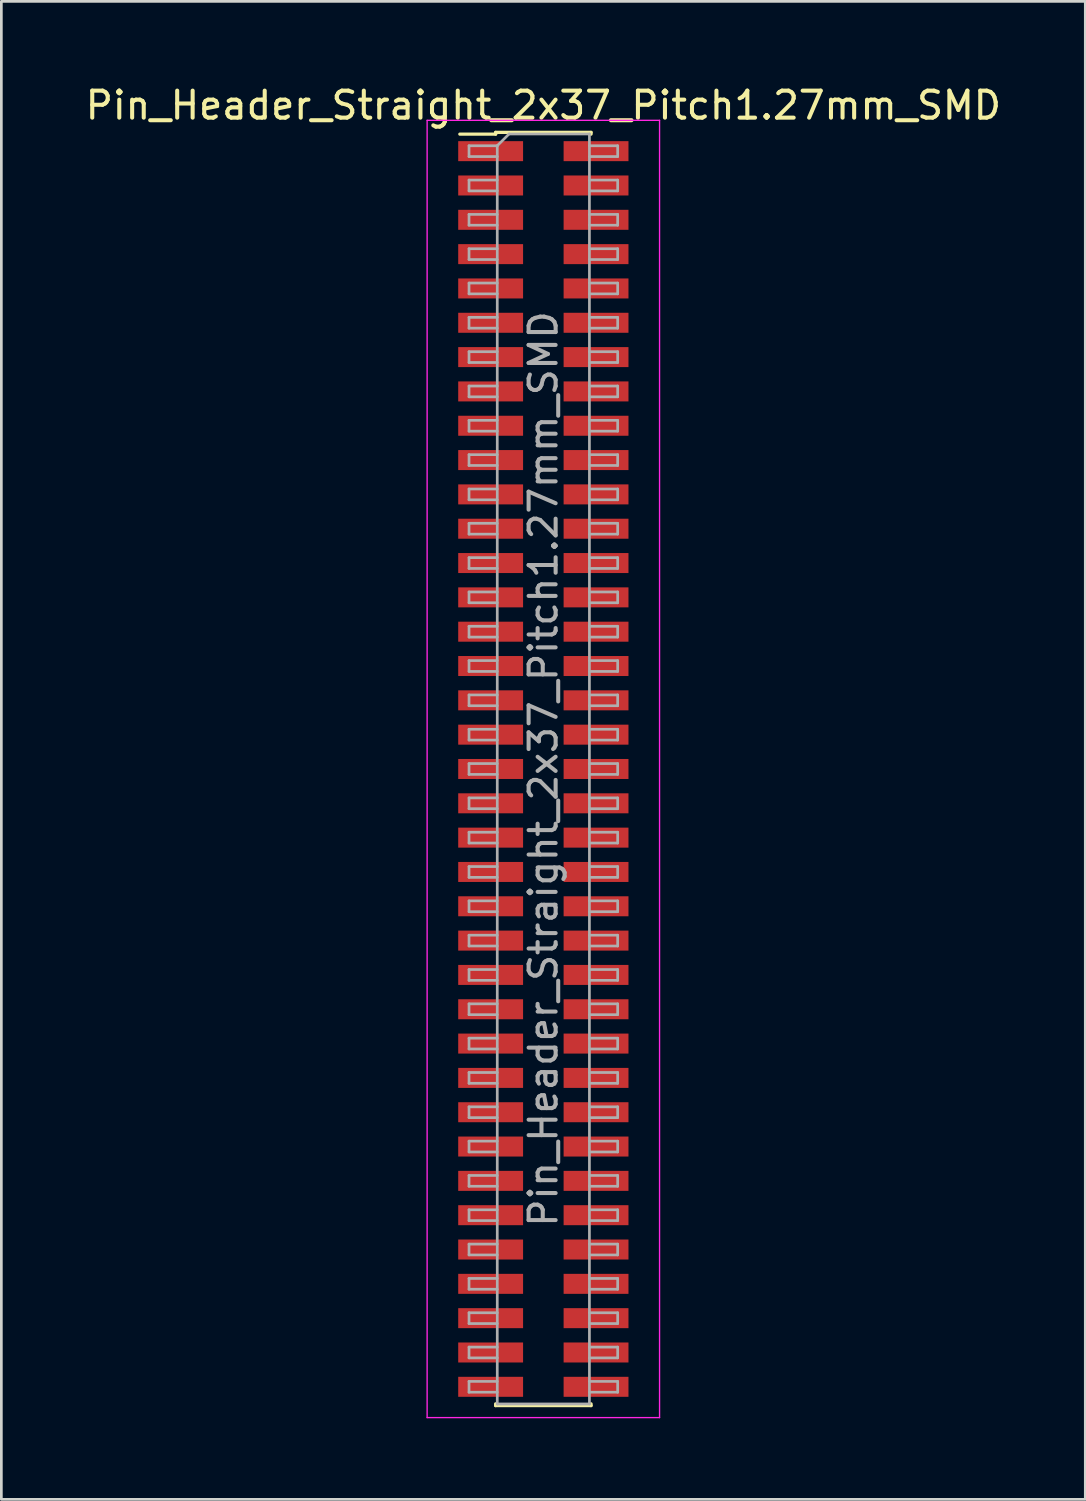
<source format=kicad_pcb>
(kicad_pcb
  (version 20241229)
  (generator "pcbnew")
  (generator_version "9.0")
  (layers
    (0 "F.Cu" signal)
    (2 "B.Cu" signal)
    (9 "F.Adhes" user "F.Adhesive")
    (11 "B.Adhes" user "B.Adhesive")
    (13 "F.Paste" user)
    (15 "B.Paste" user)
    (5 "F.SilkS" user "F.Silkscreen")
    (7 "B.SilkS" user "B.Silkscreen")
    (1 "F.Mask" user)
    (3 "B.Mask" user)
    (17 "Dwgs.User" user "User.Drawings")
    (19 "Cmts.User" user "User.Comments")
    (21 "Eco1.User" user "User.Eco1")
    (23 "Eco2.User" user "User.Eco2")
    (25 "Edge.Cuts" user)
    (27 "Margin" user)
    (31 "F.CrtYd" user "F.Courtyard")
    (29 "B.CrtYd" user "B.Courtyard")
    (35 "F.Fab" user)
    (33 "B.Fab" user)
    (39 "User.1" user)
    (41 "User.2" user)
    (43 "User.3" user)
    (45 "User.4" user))
  (footprint "Pin_Header_Straight_2x37_Pitch1.27mm_SMD"
    (layer "F.Cu")
    (at 17.054 25.403)
    (property "Reference" "Pin_Header_Straight_2x37_Pitch1.27mm_SMD" (at 0 -24.555 0) (layer "F.SilkS") (effects (font (size 1 1) (thickness 0.15))))
    (attr smd)
    (fp_line (start -3.09 -23.49) (end -1.765 -23.49) (stroke (width 0.12) (type solid)) (layer "F.SilkS"))
    (fp_line (start -1.765 -23.555) (end -1.765 -23.49) (stroke (width 0.12) (type solid)) (layer "F.SilkS"))
    (fp_line (start -1.765 -23.555) (end 1.765 -23.555) (stroke (width 0.12) (type solid)) (layer "F.SilkS"))
    (fp_line (start -1.765 23.49) (end -1.765 23.555) (stroke (width 0.12) (type solid)) (layer "F.SilkS"))
    (fp_line (start -1.765 23.555) (end 1.765 23.555) (stroke (width 0.12) (type solid)) (layer "F.SilkS"))
    (fp_line (start 1.765 -23.555) (end 1.765 -23.49) (stroke (width 0.12) (type solid)) (layer "F.SilkS"))
    (fp_line (start 1.765 23.49) (end 1.765 23.555) (stroke (width 0.12) (type solid)) (layer "F.SilkS"))
    (fp_line (start -4.3 -24) (end -4.3 24) (stroke (width 0.05) (type solid)) (layer "F.CrtYd"))
    (fp_line (start -4.3 24) (end 4.3 24) (stroke (width 0.05) (type solid)) (layer "F.CrtYd"))
    (fp_line (start 4.3 -24) (end -4.3 -24) (stroke (width 0.05) (type solid)) (layer "F.CrtYd"))
    (fp_line (start 4.3 24) (end 4.3 -24) (stroke (width 0.05) (type solid)) (layer "F.CrtYd"))
    (fp_line (start -2.75 -23.06) (end -2.75 -22.66) (stroke (width 0.1) (type solid)) (layer "F.Fab"))
    (fp_line (start -2.75 -22.66) (end -1.705 -22.66) (stroke (width 0.1) (type solid)) (layer "F.Fab"))
    (fp_line (start -2.75 -21.79) (end -2.75 -21.39) (stroke (width 0.1) (type solid)) (layer "F.Fab"))
    (fp_line (start -2.75 -21.39) (end -1.705 -21.39) (stroke (width 0.1) (type solid)) (layer "F.Fab"))
    (fp_line (start -2.75 -20.52) (end -2.75 -20.12) (stroke (width 0.1) (type solid)) (layer "F.Fab"))
    (fp_line (start -2.75 -20.12) (end -1.705 -20.12) (stroke (width 0.1) (type solid)) (layer "F.Fab"))
    (fp_line (start -2.75 -19.25) (end -2.75 -18.85) (stroke (width 0.1) (type solid)) (layer "F.Fab"))
    (fp_line (start -2.75 -18.85) (end -1.705 -18.85) (stroke (width 0.1) (type solid)) (layer "F.Fab"))
    (fp_line (start -2.75 -17.98) (end -2.75 -17.58) (stroke (width 0.1) (type solid)) (layer "F.Fab"))
    (fp_line (start -2.75 -17.58) (end -1.705 -17.58) (stroke (width 0.1) (type solid)) (layer "F.Fab"))
    (fp_line (start -2.75 -16.71) (end -2.75 -16.31) (stroke (width 0.1) (type solid)) (layer "F.Fab"))
    (fp_line (start -2.75 -16.31) (end -1.705 -16.31) (stroke (width 0.1) (type solid)) (layer "F.Fab"))
    (fp_line (start -2.75 -15.44) (end -2.75 -15.04) (stroke (width 0.1) (type solid)) (layer "F.Fab"))
    (fp_line (start -2.75 -15.04) (end -1.705 -15.04) (stroke (width 0.1) (type solid)) (layer "F.Fab"))
    (fp_line (start -2.75 -14.17) (end -2.75 -13.77) (stroke (width 0.1) (type solid)) (layer "F.Fab"))
    (fp_line (start -2.75 -13.77) (end -1.705 -13.77) (stroke (width 0.1) (type solid)) (layer "F.Fab"))
    (fp_line (start -2.75 -12.9) (end -2.75 -12.5) (stroke (width 0.1) (type solid)) (layer "F.Fab"))
    (fp_line (start -2.75 -12.5) (end -1.705 -12.5) (stroke (width 0.1) (type solid)) (layer "F.Fab"))
    (fp_line (start -2.75 -11.63) (end -2.75 -11.23) (stroke (width 0.1) (type solid)) (layer "F.Fab"))
    (fp_line (start -2.75 -11.23) (end -1.705 -11.23) (stroke (width 0.1) (type solid)) (layer "F.Fab"))
    (fp_line (start -2.75 -10.36) (end -2.75 -9.96) (stroke (width 0.1) (type solid)) (layer "F.Fab"))
    (fp_line (start -2.75 -9.96) (end -1.705 -9.96) (stroke (width 0.1) (type solid)) (layer "F.Fab"))
    (fp_line (start -2.75 -9.09) (end -2.75 -8.69) (stroke (width 0.1) (type solid)) (layer "F.Fab"))
    (fp_line (start -2.75 -8.69) (end -1.705 -8.69) (stroke (width 0.1) (type solid)) (layer "F.Fab"))
    (fp_line (start -2.75 -7.82) (end -2.75 -7.42) (stroke (width 0.1) (type solid)) (layer "F.Fab"))
    (fp_line (start -2.75 -7.42) (end -1.705 -7.42) (stroke (width 0.1) (type solid)) (layer "F.Fab"))
    (fp_line (start -2.75 -6.55) (end -2.75 -6.15) (stroke (width 0.1) (type solid)) (layer "F.Fab"))
    (fp_line (start -2.75 -6.15) (end -1.705 -6.15) (stroke (width 0.1) (type solid)) (layer "F.Fab"))
    (fp_line (start -2.75 -5.28) (end -2.75 -4.88) (stroke (width 0.1) (type solid)) (layer "F.Fab"))
    (fp_line (start -2.75 -4.88) (end -1.705 -4.88) (stroke (width 0.1) (type solid)) (layer "F.Fab"))
    (fp_line (start -2.75 -4.01) (end -2.75 -3.61) (stroke (width 0.1) (type solid)) (layer "F.Fab"))
    (fp_line (start -2.75 -3.61) (end -1.705 -3.61) (stroke (width 0.1) (type solid)) (layer "F.Fab"))
    (fp_line (start -2.75 -2.74) (end -2.75 -2.34) (stroke (width 0.1) (type solid)) (layer "F.Fab"))
    (fp_line (start -2.75 -2.34) (end -1.705 -2.34) (stroke (width 0.1) (type solid)) (layer "F.Fab"))
    (fp_line (start -2.75 -1.47) (end -2.75 -1.07) (stroke (width 0.1) (type solid)) (layer "F.Fab"))
    (fp_line (start -2.75 -1.07) (end -1.705 -1.07) (stroke (width 0.1) (type solid)) (layer "F.Fab"))
    (fp_line (start -2.75 -0.2) (end -2.75 0.2) (stroke (width 0.1) (type solid)) (layer "F.Fab"))
    (fp_line (start -2.75 0.2) (end -1.705 0.2) (stroke (width 0.1) (type solid)) (layer "F.Fab"))
    (fp_line (start -2.75 1.07) (end -2.75 1.47) (stroke (width 0.1) (type solid)) (layer "F.Fab"))
    (fp_line (start -2.75 1.47) (end -1.705 1.47) (stroke (width 0.1) (type solid)) (layer "F.Fab"))
    (fp_line (start -2.75 2.34) (end -2.75 2.74) (stroke (width 0.1) (type solid)) (layer "F.Fab"))
    (fp_line (start -2.75 2.74) (end -1.705 2.74) (stroke (width 0.1) (type solid)) (layer "F.Fab"))
    (fp_line (start -2.75 3.61) (end -2.75 4.01) (stroke (width 0.1) (type solid)) (layer "F.Fab"))
    (fp_line (start -2.75 4.01) (end -1.705 4.01) (stroke (width 0.1) (type solid)) (layer "F.Fab"))
    (fp_line (start -2.75 4.88) (end -2.75 5.28) (stroke (width 0.1) (type solid)) (layer "F.Fab"))
    (fp_line (start -2.75 5.28) (end -1.705 5.28) (stroke (width 0.1) (type solid)) (layer "F.Fab"))
    (fp_line (start -2.75 6.15) (end -2.75 6.55) (stroke (width 0.1) (type solid)) (layer "F.Fab"))
    (fp_line (start -2.75 6.55) (end -1.705 6.55) (stroke (width 0.1) (type solid)) (layer "F.Fab"))
    (fp_line (start -2.75 7.42) (end -2.75 7.82) (stroke (width 0.1) (type solid)) (layer "F.Fab"))
    (fp_line (start -2.75 7.82) (end -1.705 7.82) (stroke (width 0.1) (type solid)) (layer "F.Fab"))
    (fp_line (start -2.75 8.69) (end -2.75 9.09) (stroke (width 0.1) (type solid)) (layer "F.Fab"))
    (fp_line (start -2.75 9.09) (end -1.705 9.09) (stroke (width 0.1) (type solid)) (layer "F.Fab"))
    (fp_line (start -2.75 9.96) (end -2.75 10.36) (stroke (width 0.1) (type solid)) (layer "F.Fab"))
    (fp_line (start -2.75 10.36) (end -1.705 10.36) (stroke (width 0.1) (type solid)) (layer "F.Fab"))
    (fp_line (start -2.75 11.23) (end -2.75 11.63) (stroke (width 0.1) (type solid)) (layer "F.Fab"))
    (fp_line (start -2.75 11.63) (end -1.705 11.63) (stroke (width 0.1) (type solid)) (layer "F.Fab"))
    (fp_line (start -2.75 12.5) (end -2.75 12.9) (stroke (width 0.1) (type solid)) (layer "F.Fab"))
    (fp_line (start -2.75 12.9) (end -1.705 12.9) (stroke (width 0.1) (type solid)) (layer "F.Fab"))
    (fp_line (start -2.75 13.77) (end -2.75 14.17) (stroke (width 0.1) (type solid)) (layer "F.Fab"))
    (fp_line (start -2.75 14.17) (end -1.705 14.17) (stroke (width 0.1) (type solid)) (layer "F.Fab"))
    (fp_line (start -2.75 15.04) (end -2.75 15.44) (stroke (width 0.1) (type solid)) (layer "F.Fab"))
    (fp_line (start -2.75 15.44) (end -1.705 15.44) (stroke (width 0.1) (type solid)) (layer "F.Fab"))
    (fp_line (start -2.75 16.31) (end -2.75 16.71) (stroke (width 0.1) (type solid)) (layer "F.Fab"))
    (fp_line (start -2.75 16.71) (end -1.705 16.71) (stroke (width 0.1) (type solid)) (layer "F.Fab"))
    (fp_line (start -2.75 17.58) (end -2.75 17.98) (stroke (width 0.1) (type solid)) (layer "F.Fab"))
    (fp_line (start -2.75 17.98) (end -1.705 17.98) (stroke (width 0.1) (type solid)) (layer "F.Fab"))
    (fp_line (start -2.75 18.85) (end -2.75 19.25) (stroke (width 0.1) (type solid)) (layer "F.Fab"))
    (fp_line (start -2.75 19.25) (end -1.705 19.25) (stroke (width 0.1) (type solid)) (layer "F.Fab"))
    (fp_line (start -2.75 20.12) (end -2.75 20.52) (stroke (width 0.1) (type solid)) (layer "F.Fab"))
    (fp_line (start -2.75 20.52) (end -1.705 20.52) (stroke (width 0.1) (type solid)) (layer "F.Fab"))
    (fp_line (start -2.75 21.39) (end -2.75 21.79) (stroke (width 0.1) (type solid)) (layer "F.Fab"))
    (fp_line (start -2.75 21.79) (end -1.705 21.79) (stroke (width 0.1) (type solid)) (layer "F.Fab"))
    (fp_line (start -2.75 22.66) (end -2.75 23.06) (stroke (width 0.1) (type solid)) (layer "F.Fab"))
    (fp_line (start -2.75 23.06) (end -1.705 23.06) (stroke (width 0.1) (type solid)) (layer "F.Fab"))
    (fp_line (start -1.705 -23.06) (end -2.75 -23.06) (stroke (width 0.1) (type solid)) (layer "F.Fab"))
    (fp_line (start -1.705 -23.06) (end -1.27 -23.495) (stroke (width 0.1) (type solid)) (layer "F.Fab"))
    (fp_line (start -1.705 -21.79) (end -2.75 -21.79) (stroke (width 0.1) (type solid)) (layer "F.Fab"))
    (fp_line (start -1.705 -20.52) (end -2.75 -20.52) (stroke (width 0.1) (type solid)) (layer "F.Fab"))
    (fp_line (start -1.705 -19.25) (end -2.75 -19.25) (stroke (width 0.1) (type solid)) (layer "F.Fab"))
    (fp_line (start -1.705 -17.98) (end -2.75 -17.98) (stroke (width 0.1) (type solid)) (layer "F.Fab"))
    (fp_line (start -1.705 -16.71) (end -2.75 -16.71) (stroke (width 0.1) (type solid)) (layer "F.Fab"))
    (fp_line (start -1.705 -15.44) (end -2.75 -15.44) (stroke (width 0.1) (type solid)) (layer "F.Fab"))
    (fp_line (start -1.705 -14.17) (end -2.75 -14.17) (stroke (width 0.1) (type solid)) (layer "F.Fab"))
    (fp_line (start -1.705 -12.9) (end -2.75 -12.9) (stroke (width 0.1) (type solid)) (layer "F.Fab"))
    (fp_line (start -1.705 -11.63) (end -2.75 -11.63) (stroke (width 0.1) (type solid)) (layer "F.Fab"))
    (fp_line (start -1.705 -10.36) (end -2.75 -10.36) (stroke (width 0.1) (type solid)) (layer "F.Fab"))
    (fp_line (start -1.705 -9.09) (end -2.75 -9.09) (stroke (width 0.1) (type solid)) (layer "F.Fab"))
    (fp_line (start -1.705 -7.82) (end -2.75 -7.82) (stroke (width 0.1) (type solid)) (layer "F.Fab"))
    (fp_line (start -1.705 -6.55) (end -2.75 -6.55) (stroke (width 0.1) (type solid)) (layer "F.Fab"))
    (fp_line (start -1.705 -5.28) (end -2.75 -5.28) (stroke (width 0.1) (type solid)) (layer "F.Fab"))
    (fp_line (start -1.705 -4.01) (end -2.75 -4.01) (stroke (width 0.1) (type solid)) (layer "F.Fab"))
    (fp_line (start -1.705 -2.74) (end -2.75 -2.74) (stroke (width 0.1) (type solid)) (layer "F.Fab"))
    (fp_line (start -1.705 -1.47) (end -2.75 -1.47) (stroke (width 0.1) (type solid)) (layer "F.Fab"))
    (fp_line (start -1.705 -0.2) (end -2.75 -0.2) (stroke (width 0.1) (type solid)) (layer "F.Fab"))
    (fp_line (start -1.705 1.07) (end -2.75 1.07) (stroke (width 0.1) (type solid)) (layer "F.Fab"))
    (fp_line (start -1.705 2.34) (end -2.75 2.34) (stroke (width 0.1) (type solid)) (layer "F.Fab"))
    (fp_line (start -1.705 3.61) (end -2.75 3.61) (stroke (width 0.1) (type solid)) (layer "F.Fab"))
    (fp_line (start -1.705 4.88) (end -2.75 4.88) (stroke (width 0.1) (type solid)) (layer "F.Fab"))
    (fp_line (start -1.705 6.15) (end -2.75 6.15) (stroke (width 0.1) (type solid)) (layer "F.Fab"))
    (fp_line (start -1.705 7.42) (end -2.75 7.42) (stroke (width 0.1) (type solid)) (layer "F.Fab"))
    (fp_line (start -1.705 8.69) (end -2.75 8.69) (stroke (width 0.1) (type solid)) (layer "F.Fab"))
    (fp_line (start -1.705 9.96) (end -2.75 9.96) (stroke (width 0.1) (type solid)) (layer "F.Fab"))
    (fp_line (start -1.705 11.23) (end -2.75 11.23) (stroke (width 0.1) (type solid)) (layer "F.Fab"))
    (fp_line (start -1.705 12.5) (end -2.75 12.5) (stroke (width 0.1) (type solid)) (layer "F.Fab"))
    (fp_line (start -1.705 13.77) (end -2.75 13.77) (stroke (width 0.1) (type solid)) (layer "F.Fab"))
    (fp_line (start -1.705 15.04) (end -2.75 15.04) (stroke (width 0.1) (type solid)) (layer "F.Fab"))
    (fp_line (start -1.705 16.31) (end -2.75 16.31) (stroke (width 0.1) (type solid)) (layer "F.Fab"))
    (fp_line (start -1.705 17.58) (end -2.75 17.58) (stroke (width 0.1) (type solid)) (layer "F.Fab"))
    (fp_line (start -1.705 18.85) (end -2.75 18.85) (stroke (width 0.1) (type solid)) (layer "F.Fab"))
    (fp_line (start -1.705 20.12) (end -2.75 20.12) (stroke (width 0.1) (type solid)) (layer "F.Fab"))
    (fp_line (start -1.705 21.39) (end -2.75 21.39) (stroke (width 0.1) (type solid)) (layer "F.Fab"))
    (fp_line (start -1.705 22.66) (end -2.75 22.66) (stroke (width 0.1) (type solid)) (layer "F.Fab"))
    (fp_line (start -1.705 23.495) (end -1.705 -23.06) (stroke (width 0.1) (type solid)) (layer "F.Fab"))
    (fp_line (start -1.27 -23.495) (end 1.705 -23.495) (stroke (width 0.1) (type solid)) (layer "F.Fab"))
    (fp_line (start 1.705 -23.495) (end 1.705 23.495) (stroke (width 0.1) (type solid)) (layer "F.Fab"))
    (fp_line (start 1.705 -23.06) (end 2.75 -23.06) (stroke (width 0.1) (type solid)) (layer "F.Fab"))
    (fp_line (start 1.705 -21.79) (end 2.75 -21.79) (stroke (width 0.1) (type solid)) (layer "F.Fab"))
    (fp_line (start 1.705 -20.52) (end 2.75 -20.52) (stroke (width 0.1) (type solid)) (layer "F.Fab"))
    (fp_line (start 1.705 -19.25) (end 2.75 -19.25) (stroke (width 0.1) (type solid)) (layer "F.Fab"))
    (fp_line (start 1.705 -17.98) (end 2.75 -17.98) (stroke (width 0.1) (type solid)) (layer "F.Fab"))
    (fp_line (start 1.705 -16.71) (end 2.75 -16.71) (stroke (width 0.1) (type solid)) (layer "F.Fab"))
    (fp_line (start 1.705 -15.44) (end 2.75 -15.44) (stroke (width 0.1) (type solid)) (layer "F.Fab"))
    (fp_line (start 1.705 -14.17) (end 2.75 -14.17) (stroke (width 0.1) (type solid)) (layer "F.Fab"))
    (fp_line (start 1.705 -12.9) (end 2.75 -12.9) (stroke (width 0.1) (type solid)) (layer "F.Fab"))
    (fp_line (start 1.705 -11.63) (end 2.75 -11.63) (stroke (width 0.1) (type solid)) (layer "F.Fab"))
    (fp_line (start 1.705 -10.36) (end 2.75 -10.36) (stroke (width 0.1) (type solid)) (layer "F.Fab"))
    (fp_line (start 1.705 -9.09) (end 2.75 -9.09) (stroke (width 0.1) (type solid)) (layer "F.Fab"))
    (fp_line (start 1.705 -7.82) (end 2.75 -7.82) (stroke (width 0.1) (type solid)) (layer "F.Fab"))
    (fp_line (start 1.705 -6.55) (end 2.75 -6.55) (stroke (width 0.1) (type solid)) (layer "F.Fab"))
    (fp_line (start 1.705 -5.28) (end 2.75 -5.28) (stroke (width 0.1) (type solid)) (layer "F.Fab"))
    (fp_line (start 1.705 -4.01) (end 2.75 -4.01) (stroke (width 0.1) (type solid)) (layer "F.Fab"))
    (fp_line (start 1.705 -2.74) (end 2.75 -2.74) (stroke (width 0.1) (type solid)) (layer "F.Fab"))
    (fp_line (start 1.705 -1.47) (end 2.75 -1.47) (stroke (width 0.1) (type solid)) (layer "F.Fab"))
    (fp_line (start 1.705 -0.2) (end 2.75 -0.2) (stroke (width 0.1) (type solid)) (layer "F.Fab"))
    (fp_line (start 1.705 1.07) (end 2.75 1.07) (stroke (width 0.1) (type solid)) (layer "F.Fab"))
    (fp_line (start 1.705 2.34) (end 2.75 2.34) (stroke (width 0.1) (type solid)) (layer "F.Fab"))
    (fp_line (start 1.705 3.61) (end 2.75 3.61) (stroke (width 0.1) (type solid)) (layer "F.Fab"))
    (fp_line (start 1.705 4.88) (end 2.75 4.88) (stroke (width 0.1) (type solid)) (layer "F.Fab"))
    (fp_line (start 1.705 6.15) (end 2.75 6.15) (stroke (width 0.1) (type solid)) (layer "F.Fab"))
    (fp_line (start 1.705 7.42) (end 2.75 7.42) (stroke (width 0.1) (type solid)) (layer "F.Fab"))
    (fp_line (start 1.705 8.69) (end 2.75 8.69) (stroke (width 0.1) (type solid)) (layer "F.Fab"))
    (fp_line (start 1.705 9.96) (end 2.75 9.96) (stroke (width 0.1) (type solid)) (layer "F.Fab"))
    (fp_line (start 1.705 11.23) (end 2.75 11.23) (stroke (width 0.1) (type solid)) (layer "F.Fab"))
    (fp_line (start 1.705 12.5) (end 2.75 12.5) (stroke (width 0.1) (type solid)) (layer "F.Fab"))
    (fp_line (start 1.705 13.77) (end 2.75 13.77) (stroke (width 0.1) (type solid)) (layer "F.Fab"))
    (fp_line (start 1.705 15.04) (end 2.75 15.04) (stroke (width 0.1) (type solid)) (layer "F.Fab"))
    (fp_line (start 1.705 16.31) (end 2.75 16.31) (stroke (width 0.1) (type solid)) (layer "F.Fab"))
    (fp_line (start 1.705 17.58) (end 2.75 17.58) (stroke (width 0.1) (type solid)) (layer "F.Fab"))
    (fp_line (start 1.705 18.85) (end 2.75 18.85) (stroke (width 0.1) (type solid)) (layer "F.Fab"))
    (fp_line (start 1.705 20.12) (end 2.75 20.12) (stroke (width 0.1) (type solid)) (layer "F.Fab"))
    (fp_line (start 1.705 21.39) (end 2.75 21.39) (stroke (width 0.1) (type solid)) (layer "F.Fab"))
    (fp_line (start 1.705 22.66) (end 2.75 22.66) (stroke (width 0.1) (type solid)) (layer "F.Fab"))
    (fp_line (start 1.705 23.495) (end -1.705 23.495) (stroke (width 0.1) (type solid)) (layer "F.Fab"))
    (fp_line (start 2.75 -23.06) (end 2.75 -22.66) (stroke (width 0.1) (type solid)) (layer "F.Fab"))
    (fp_line (start 2.75 -22.66) (end 1.705 -22.66) (stroke (width 0.1) (type solid)) (layer "F.Fab"))
    (fp_line (start 2.75 -21.79) (end 2.75 -21.39) (stroke (width 0.1) (type solid)) (layer "F.Fab"))
    (fp_line (start 2.75 -21.39) (end 1.705 -21.39) (stroke (width 0.1) (type solid)) (layer "F.Fab"))
    (fp_line (start 2.75 -20.52) (end 2.75 -20.12) (stroke (width 0.1) (type solid)) (layer "F.Fab"))
    (fp_line (start 2.75 -20.12) (end 1.705 -20.12) (stroke (width 0.1) (type solid)) (layer "F.Fab"))
    (fp_line (start 2.75 -19.25) (end 2.75 -18.85) (stroke (width 0.1) (type solid)) (layer "F.Fab"))
    (fp_line (start 2.75 -18.85) (end 1.705 -18.85) (stroke (width 0.1) (type solid)) (layer "F.Fab"))
    (fp_line (start 2.75 -17.98) (end 2.75 -17.58) (stroke (width 0.1) (type solid)) (layer "F.Fab"))
    (fp_line (start 2.75 -17.58) (end 1.705 -17.58) (stroke (width 0.1) (type solid)) (layer "F.Fab"))
    (fp_line (start 2.75 -16.71) (end 2.75 -16.31) (stroke (width 0.1) (type solid)) (layer "F.Fab"))
    (fp_line (start 2.75 -16.31) (end 1.705 -16.31) (stroke (width 0.1) (type solid)) (layer "F.Fab"))
    (fp_line (start 2.75 -15.44) (end 2.75 -15.04) (stroke (width 0.1) (type solid)) (layer "F.Fab"))
    (fp_line (start 2.75 -15.04) (end 1.705 -15.04) (stroke (width 0.1) (type solid)) (layer "F.Fab"))
    (fp_line (start 2.75 -14.17) (end 2.75 -13.77) (stroke (width 0.1) (type solid)) (layer "F.Fab"))
    (fp_line (start 2.75 -13.77) (end 1.705 -13.77) (stroke (width 0.1) (type solid)) (layer "F.Fab"))
    (fp_line (start 2.75 -12.9) (end 2.75 -12.5) (stroke (width 0.1) (type solid)) (layer "F.Fab"))
    (fp_line (start 2.75 -12.5) (end 1.705 -12.5) (stroke (width 0.1) (type solid)) (layer "F.Fab"))
    (fp_line (start 2.75 -11.63) (end 2.75 -11.23) (stroke (width 0.1) (type solid)) (layer "F.Fab"))
    (fp_line (start 2.75 -11.23) (end 1.705 -11.23) (stroke (width 0.1) (type solid)) (layer "F.Fab"))
    (fp_line (start 2.75 -10.36) (end 2.75 -9.96) (stroke (width 0.1) (type solid)) (layer "F.Fab"))
    (fp_line (start 2.75 -9.96) (end 1.705 -9.96) (stroke (width 0.1) (type solid)) (layer "F.Fab"))
    (fp_line (start 2.75 -9.09) (end 2.75 -8.69) (stroke (width 0.1) (type solid)) (layer "F.Fab"))
    (fp_line (start 2.75 -8.69) (end 1.705 -8.69) (stroke (width 0.1) (type solid)) (layer "F.Fab"))
    (fp_line (start 2.75 -7.82) (end 2.75 -7.42) (stroke (width 0.1) (type solid)) (layer "F.Fab"))
    (fp_line (start 2.75 -7.42) (end 1.705 -7.42) (stroke (width 0.1) (type solid)) (layer "F.Fab"))
    (fp_line (start 2.75 -6.55) (end 2.75 -6.15) (stroke (width 0.1) (type solid)) (layer "F.Fab"))
    (fp_line (start 2.75 -6.15) (end 1.705 -6.15) (stroke (width 0.1) (type solid)) (layer "F.Fab"))
    (fp_line (start 2.75 -5.28) (end 2.75 -4.88) (stroke (width 0.1) (type solid)) (layer "F.Fab"))
    (fp_line (start 2.75 -4.88) (end 1.705 -4.88) (stroke (width 0.1) (type solid)) (layer "F.Fab"))
    (fp_line (start 2.75 -4.01) (end 2.75 -3.61) (stroke (width 0.1) (type solid)) (layer "F.Fab"))
    (fp_line (start 2.75 -3.61) (end 1.705 -3.61) (stroke (width 0.1) (type solid)) (layer "F.Fab"))
    (fp_line (start 2.75 -2.74) (end 2.75 -2.34) (stroke (width 0.1) (type solid)) (layer "F.Fab"))
    (fp_line (start 2.75 -2.34) (end 1.705 -2.34) (stroke (width 0.1) (type solid)) (layer "F.Fab"))
    (fp_line (start 2.75 -1.47) (end 2.75 -1.07) (stroke (width 0.1) (type solid)) (layer "F.Fab"))
    (fp_line (start 2.75 -1.07) (end 1.705 -1.07) (stroke (width 0.1) (type solid)) (layer "F.Fab"))
    (fp_line (start 2.75 -0.2) (end 2.75 0.2) (stroke (width 0.1) (type solid)) (layer "F.Fab"))
    (fp_line (start 2.75 0.2) (end 1.705 0.2) (stroke (width 0.1) (type solid)) (layer "F.Fab"))
    (fp_line (start 2.75 1.07) (end 2.75 1.47) (stroke (width 0.1) (type solid)) (layer "F.Fab"))
    (fp_line (start 2.75 1.47) (end 1.705 1.47) (stroke (width 0.1) (type solid)) (layer "F.Fab"))
    (fp_line (start 2.75 2.34) (end 2.75 2.74) (stroke (width 0.1) (type solid)) (layer "F.Fab"))
    (fp_line (start 2.75 2.74) (end 1.705 2.74) (stroke (width 0.1) (type solid)) (layer "F.Fab"))
    (fp_line (start 2.75 3.61) (end 2.75 4.01) (stroke (width 0.1) (type solid)) (layer "F.Fab"))
    (fp_line (start 2.75 4.01) (end 1.705 4.01) (stroke (width 0.1) (type solid)) (layer "F.Fab"))
    (fp_line (start 2.75 4.88) (end 2.75 5.28) (stroke (width 0.1) (type solid)) (layer "F.Fab"))
    (fp_line (start 2.75 5.28) (end 1.705 5.28) (stroke (width 0.1) (type solid)) (layer "F.Fab"))
    (fp_line (start 2.75 6.15) (end 2.75 6.55) (stroke (width 0.1) (type solid)) (layer "F.Fab"))
    (fp_line (start 2.75 6.55) (end 1.705 6.55) (stroke (width 0.1) (type solid)) (layer "F.Fab"))
    (fp_line (start 2.75 7.42) (end 2.75 7.82) (stroke (width 0.1) (type solid)) (layer "F.Fab"))
    (fp_line (start 2.75 7.82) (end 1.705 7.82) (stroke (width 0.1) (type solid)) (layer "F.Fab"))
    (fp_line (start 2.75 8.69) (end 2.75 9.09) (stroke (width 0.1) (type solid)) (layer "F.Fab"))
    (fp_line (start 2.75 9.09) (end 1.705 9.09) (stroke (width 0.1) (type solid)) (layer "F.Fab"))
    (fp_line (start 2.75 9.96) (end 2.75 10.36) (stroke (width 0.1) (type solid)) (layer "F.Fab"))
    (fp_line (start 2.75 10.36) (end 1.705 10.36) (stroke (width 0.1) (type solid)) (layer "F.Fab"))
    (fp_line (start 2.75 11.23) (end 2.75 11.63) (stroke (width 0.1) (type solid)) (layer "F.Fab"))
    (fp_line (start 2.75 11.63) (end 1.705 11.63) (stroke (width 0.1) (type solid)) (layer "F.Fab"))
    (fp_line (start 2.75 12.5) (end 2.75 12.9) (stroke (width 0.1) (type solid)) (layer "F.Fab"))
    (fp_line (start 2.75 12.9) (end 1.705 12.9) (stroke (width 0.1) (type solid)) (layer "F.Fab"))
    (fp_line (start 2.75 13.77) (end 2.75 14.17) (stroke (width 0.1) (type solid)) (layer "F.Fab"))
    (fp_line (start 2.75 14.17) (end 1.705 14.17) (stroke (width 0.1) (type solid)) (layer "F.Fab"))
    (fp_line (start 2.75 15.04) (end 2.75 15.44) (stroke (width 0.1) (type solid)) (layer "F.Fab"))
    (fp_line (start 2.75 15.44) (end 1.705 15.44) (stroke (width 0.1) (type solid)) (layer "F.Fab"))
    (fp_line (start 2.75 16.31) (end 2.75 16.71) (stroke (width 0.1) (type solid)) (layer "F.Fab"))
    (fp_line (start 2.75 16.71) (end 1.705 16.71) (stroke (width 0.1) (type solid)) (layer "F.Fab"))
    (fp_line (start 2.75 17.58) (end 2.75 17.98) (stroke (width 0.1) (type solid)) (layer "F.Fab"))
    (fp_line (start 2.75 17.98) (end 1.705 17.98) (stroke (width 0.1) (type solid)) (layer "F.Fab"))
    (fp_line (start 2.75 18.85) (end 2.75 19.25) (stroke (width 0.1) (type solid)) (layer "F.Fab"))
    (fp_line (start 2.75 19.25) (end 1.705 19.25) (stroke (width 0.1) (type solid)) (layer "F.Fab"))
    (fp_line (start 2.75 20.12) (end 2.75 20.52) (stroke (width 0.1) (type solid)) (layer "F.Fab"))
    (fp_line (start 2.75 20.52) (end 1.705 20.52) (stroke (width 0.1) (type solid)) (layer "F.Fab"))
    (fp_line (start 2.75 21.39) (end 2.75 21.79) (stroke (width 0.1) (type solid)) (layer "F.Fab"))
    (fp_line (start 2.75 21.79) (end 1.705 21.79) (stroke (width 0.1) (type solid)) (layer "F.Fab"))
    (fp_line (start 2.75 22.66) (end 2.75 23.06) (stroke (width 0.1) (type solid)) (layer "F.Fab"))
    (fp_line (start 2.75 23.06) (end 1.705 23.06) (stroke (width 0.1) (type solid)) (layer "F.Fab"))
    (fp_text user "${REFERENCE}" (at 0 0 90) (layer "F.Fab") (effects (font (size 1 1) (thickness 0.15))))
    (pad "1" smd rect (at -1.95 -22.86) (size 2.4 0.74) (layers "F.Cu" "F.Mask" "F.Paste"))
    (pad "2" smd rect (at 1.95 -22.86) (size 2.4 0.74) (layers "F.Cu" "F.Mask" "F.Paste"))
    (pad "3" smd rect (at -1.95 -21.59) (size 2.4 0.74) (layers "F.Cu" "F.Mask" "F.Paste"))
    (pad "4" smd rect (at 1.95 -21.59) (size 2.4 0.74) (layers "F.Cu" "F.Mask" "F.Paste"))
    (pad "5" smd rect (at -1.95 -20.32) (size 2.4 0.74) (layers "F.Cu" "F.Mask" "F.Paste"))
    (pad "6" smd rect (at 1.95 -20.32) (size 2.4 0.74) (layers "F.Cu" "F.Mask" "F.Paste"))
    (pad "7" smd rect (at -1.95 -19.05) (size 2.4 0.74) (layers "F.Cu" "F.Mask" "F.Paste"))
    (pad "8" smd rect (at 1.95 -19.05) (size 2.4 0.74) (layers "F.Cu" "F.Mask" "F.Paste"))
    (pad "9" smd rect (at -1.95 -17.78) (size 2.4 0.74) (layers "F.Cu" "F.Mask" "F.Paste"))
    (pad "10" smd rect (at 1.95 -17.78) (size 2.4 0.74) (layers "F.Cu" "F.Mask" "F.Paste"))
    (pad "11" smd rect (at -1.95 -16.51) (size 2.4 0.74) (layers "F.Cu" "F.Mask" "F.Paste"))
    (pad "12" smd rect (at 1.95 -16.51) (size 2.4 0.74) (layers "F.Cu" "F.Mask" "F.Paste"))
    (pad "13" smd rect (at -1.95 -15.24) (size 2.4 0.74) (layers "F.Cu" "F.Mask" "F.Paste"))
    (pad "14" smd rect (at 1.95 -15.24) (size 2.4 0.74) (layers "F.Cu" "F.Mask" "F.Paste"))
    (pad "15" smd rect (at -1.95 -13.97) (size 2.4 0.74) (layers "F.Cu" "F.Mask" "F.Paste"))
    (pad "16" smd rect (at 1.95 -13.97) (size 2.4 0.74) (layers "F.Cu" "F.Mask" "F.Paste"))
    (pad "17" smd rect (at -1.95 -12.7) (size 2.4 0.74) (layers "F.Cu" "F.Mask" "F.Paste"))
    (pad "18" smd rect (at 1.95 -12.7) (size 2.4 0.74) (layers "F.Cu" "F.Mask" "F.Paste"))
    (pad "19" smd rect (at -1.95 -11.43) (size 2.4 0.74) (layers "F.Cu" "F.Mask" "F.Paste"))
    (pad "20" smd rect (at 1.95 -11.43) (size 2.4 0.74) (layers "F.Cu" "F.Mask" "F.Paste"))
    (pad "21" smd rect (at -1.95 -10.16) (size 2.4 0.74) (layers "F.Cu" "F.Mask" "F.Paste"))
    (pad "22" smd rect (at 1.95 -10.16) (size 2.4 0.74) (layers "F.Cu" "F.Mask" "F.Paste"))
    (pad "23" smd rect (at -1.95 -8.89) (size 2.4 0.74) (layers "F.Cu" "F.Mask" "F.Paste"))
    (pad "24" smd rect (at 1.95 -8.89) (size 2.4 0.74) (layers "F.Cu" "F.Mask" "F.Paste"))
    (pad "25" smd rect (at -1.95 -7.62) (size 2.4 0.74) (layers "F.Cu" "F.Mask" "F.Paste"))
    (pad "26" smd rect (at 1.95 -7.62) (size 2.4 0.74) (layers "F.Cu" "F.Mask" "F.Paste"))
    (pad "27" smd rect (at -1.95 -6.35) (size 2.4 0.74) (layers "F.Cu" "F.Mask" "F.Paste"))
    (pad "28" smd rect (at 1.95 -6.35) (size 2.4 0.74) (layers "F.Cu" "F.Mask" "F.Paste"))
    (pad "29" smd rect (at -1.95 -5.08) (size 2.4 0.74) (layers "F.Cu" "F.Mask" "F.Paste"))
    (pad "30" smd rect (at 1.95 -5.08) (size 2.4 0.74) (layers "F.Cu" "F.Mask" "F.Paste"))
    (pad "31" smd rect (at -1.95 -3.81) (size 2.4 0.74) (layers "F.Cu" "F.Mask" "F.Paste"))
    (pad "32" smd rect (at 1.95 -3.81) (size 2.4 0.74) (layers "F.Cu" "F.Mask" "F.Paste"))
    (pad "33" smd rect (at -1.95 -2.54) (size 2.4 0.74) (layers "F.Cu" "F.Mask" "F.Paste"))
    (pad "34" smd rect (at 1.95 -2.54) (size 2.4 0.74) (layers "F.Cu" "F.Mask" "F.Paste"))
    (pad "35" smd rect (at -1.95 -1.27) (size 2.4 0.74) (layers "F.Cu" "F.Mask" "F.Paste"))
    (pad "36" smd rect (at 1.95 -1.27) (size 2.4 0.74) (layers "F.Cu" "F.Mask" "F.Paste"))
    (pad "37" smd rect (at -1.95 0) (size 2.4 0.74) (layers "F.Cu" "F.Mask" "F.Paste"))
    (pad "38" smd rect (at 1.95 0) (size 2.4 0.74) (layers "F.Cu" "F.Mask" "F.Paste"))
    (pad "39" smd rect (at -1.95 1.27) (size 2.4 0.74) (layers "F.Cu" "F.Mask" "F.Paste"))
    (pad "40" smd rect (at 1.95 1.27) (size 2.4 0.74) (layers "F.Cu" "F.Mask" "F.Paste"))
    (pad "41" smd rect (at -1.95 2.54) (size 2.4 0.74) (layers "F.Cu" "F.Mask" "F.Paste"))
    (pad "42" smd rect (at 1.95 2.54) (size 2.4 0.74) (layers "F.Cu" "F.Mask" "F.Paste"))
    (pad "43" smd rect (at -1.95 3.81) (size 2.4 0.74) (layers "F.Cu" "F.Mask" "F.Paste"))
    (pad "44" smd rect (at 1.95 3.81) (size 2.4 0.74) (layers "F.Cu" "F.Mask" "F.Paste"))
    (pad "45" smd rect (at -1.95 5.08) (size 2.4 0.74) (layers "F.Cu" "F.Mask" "F.Paste"))
    (pad "46" smd rect (at 1.95 5.08) (size 2.4 0.74) (layers "F.Cu" "F.Mask" "F.Paste"))
    (pad "47" smd rect (at -1.95 6.35) (size 2.4 0.74) (layers "F.Cu" "F.Mask" "F.Paste"))
    (pad "48" smd rect (at 1.95 6.35) (size 2.4 0.74) (layers "F.Cu" "F.Mask" "F.Paste"))
    (pad "49" smd rect (at -1.95 7.62) (size 2.4 0.74) (layers "F.Cu" "F.Mask" "F.Paste"))
    (pad "50" smd rect (at 1.95 7.62) (size 2.4 0.74) (layers "F.Cu" "F.Mask" "F.Paste"))
    (pad "51" smd rect (at -1.95 8.89) (size 2.4 0.74) (layers "F.Cu" "F.Mask" "F.Paste"))
    (pad "52" smd rect (at 1.95 8.89) (size 2.4 0.74) (layers "F.Cu" "F.Mask" "F.Paste"))
    (pad "53" smd rect (at -1.95 10.16) (size 2.4 0.74) (layers "F.Cu" "F.Mask" "F.Paste"))
    (pad "54" smd rect (at 1.95 10.16) (size 2.4 0.74) (layers "F.Cu" "F.Mask" "F.Paste"))
    (pad "55" smd rect (at -1.95 11.43) (size 2.4 0.74) (layers "F.Cu" "F.Mask" "F.Paste"))
    (pad "56" smd rect (at 1.95 11.43) (size 2.4 0.74) (layers "F.Cu" "F.Mask" "F.Paste"))
    (pad "57" smd rect (at -1.95 12.7) (size 2.4 0.74) (layers "F.Cu" "F.Mask" "F.Paste"))
    (pad "58" smd rect (at 1.95 12.7) (size 2.4 0.74) (layers "F.Cu" "F.Mask" "F.Paste"))
    (pad "59" smd rect (at -1.95 13.97) (size 2.4 0.74) (layers "F.Cu" "F.Mask" "F.Paste"))
    (pad "60" smd rect (at 1.95 13.97) (size 2.4 0.74) (layers "F.Cu" "F.Mask" "F.Paste"))
    (pad "61" smd rect (at -1.95 15.24) (size 2.4 0.74) (layers "F.Cu" "F.Mask" "F.Paste"))
    (pad "62" smd rect (at 1.95 15.24) (size 2.4 0.74) (layers "F.Cu" "F.Mask" "F.Paste"))
    (pad "63" smd rect (at -1.95 16.51) (size 2.4 0.74) (layers "F.Cu" "F.Mask" "F.Paste"))
    (pad "64" smd rect (at 1.95 16.51) (size 2.4 0.74) (layers "F.Cu" "F.Mask" "F.Paste"))
    (pad "65" smd rect (at -1.95 17.78) (size 2.4 0.74) (layers "F.Cu" "F.Mask" "F.Paste"))
    (pad "66" smd rect (at 1.95 17.78) (size 2.4 0.74) (layers "F.Cu" "F.Mask" "F.Paste"))
    (pad "67" smd rect (at -1.95 19.05) (size 2.4 0.74) (layers "F.Cu" "F.Mask" "F.Paste"))
    (pad "68" smd rect (at 1.95 19.05) (size 2.4 0.74) (layers "F.Cu" "F.Mask" "F.Paste"))
    (pad "69" smd rect (at -1.95 20.32) (size 2.4 0.74) (layers "F.Cu" "F.Mask" "F.Paste"))
    (pad "70" smd rect (at 1.95 20.32) (size 2.4 0.74) (layers "F.Cu" "F.Mask" "F.Paste"))
    (pad "71" smd rect (at -1.95 21.59) (size 2.4 0.74) (layers "F.Cu" "F.Mask" "F.Paste"))
    (pad "72" smd rect (at 1.95 21.59) (size 2.4 0.74) (layers "F.Cu" "F.Mask" "F.Paste"))
    (pad "73" smd rect (at -1.95 22.86) (size 2.4 0.74) (layers "F.Cu" "F.Mask" "F.Paste"))
    (pad "74" smd rect (at 1.95 22.86) (size 2.4 0.74) (layers "F.Cu" "F.Mask" "F.Paste")))
  (gr_rect
    (start -3 -3)
    (end 37.107 52.428)
    (stroke (width 0.1) (type default))
    (fill no)
    (layer "Edge.Cuts")))
</source>
